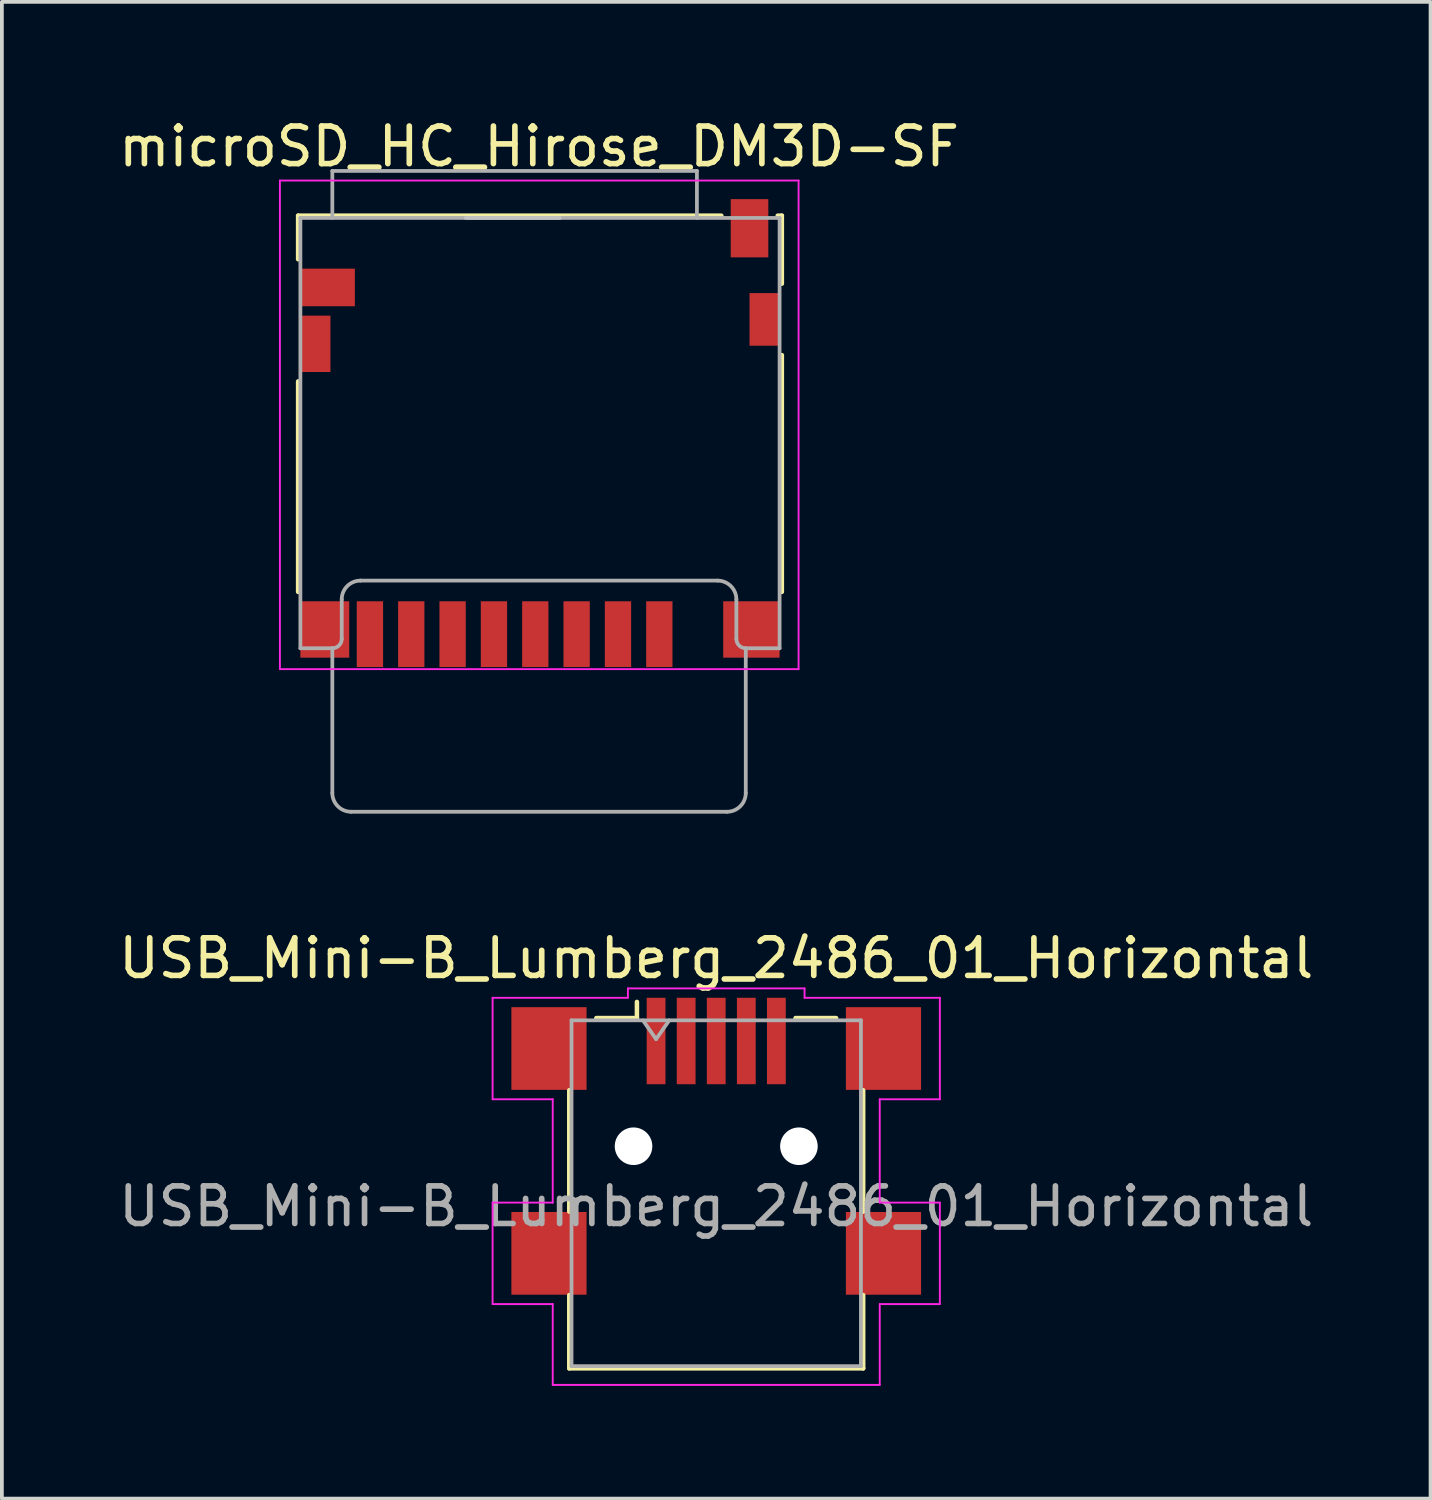
<source format=kicad_pcb>
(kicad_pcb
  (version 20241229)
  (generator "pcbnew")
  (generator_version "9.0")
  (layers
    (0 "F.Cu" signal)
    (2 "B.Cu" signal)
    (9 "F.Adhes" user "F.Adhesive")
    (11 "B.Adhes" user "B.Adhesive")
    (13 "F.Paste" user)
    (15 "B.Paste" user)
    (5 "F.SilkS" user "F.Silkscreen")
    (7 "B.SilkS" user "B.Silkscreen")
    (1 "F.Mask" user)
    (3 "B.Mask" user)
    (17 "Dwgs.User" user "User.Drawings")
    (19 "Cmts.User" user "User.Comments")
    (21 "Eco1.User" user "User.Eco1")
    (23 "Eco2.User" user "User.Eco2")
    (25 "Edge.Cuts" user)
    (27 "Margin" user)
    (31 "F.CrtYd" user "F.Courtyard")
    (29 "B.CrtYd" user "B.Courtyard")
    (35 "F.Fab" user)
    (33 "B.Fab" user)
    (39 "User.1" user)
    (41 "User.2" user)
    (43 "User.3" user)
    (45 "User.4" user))
  (footprint "microSD_HC_Hirose_DM3D-SF"
    (layer "F.Cu")
    (at 11.317 8.473)
    (property "Reference" "microSD_HC_Hirose_DM3D-SF" (at -0.025 -7.625 0) (layer "F.SilkS") (effects (font (size 1 1) (thickness 0.15))))
    (attr smd)
    (fp_line (start -6.435 -5.785) (end 4.825 -5.785) (stroke (width 0.12) (type solid)) (layer "F.SilkS"))
    (fp_line (start -6.435 -4.625) (end -6.435 -5.785) (stroke (width 0.12) (type solid)) (layer "F.SilkS"))
    (fp_line (start -6.435 -1.375) (end -6.435 4.225) (stroke (width 0.12) (type solid)) (layer "F.SilkS"))
    (fp_line (start 6.325 -5.785) (end 6.435 -5.785) (stroke (width 0.12) (type solid)) (layer "F.SilkS"))
    (fp_line (start 6.435 -5.785) (end 6.435 -3.975) (stroke (width 0.12) (type solid)) (layer "F.SilkS"))
    (fp_line (start 6.435 -2.075) (end 6.435 4.225) (stroke (width 0.12) (type solid)) (layer "F.SilkS"))
    (fp_line (start 0.525 -5.725) (end -1.975 -5.725) (stroke (width 0.1) (type solid)) (layer "Dwgs.User"))
    (fp_line (start -6.92 -6.72) (end 6.88 -6.72) (stroke (width 0.05) (type solid)) (layer "F.CrtYd"))
    (fp_line (start -6.92 6.28) (end -6.92 -6.72) (stroke (width 0.05) (type solid)) (layer "F.CrtYd"))
    (fp_line (start 6.88 -6.72) (end 6.88 6.28) (stroke (width 0.05) (type solid)) (layer "F.CrtYd"))
    (fp_line (start 6.88 6.28) (end -6.92 6.28) (stroke (width 0.05) (type solid)) (layer "F.CrtYd"))
    (fp_line (start -6.375 -5.725) (end 6.375 -5.725) (stroke (width 0.1) (type solid)) (layer "F.Fab"))
    (fp_line (start -6.375 5.725) (end -6.375 -5.725) (stroke (width 0.1) (type solid)) (layer "F.Fab"))
    (fp_line (start -6.375 5.725) (end -5.525 5.725) (stroke (width 0.1) (type solid)) (layer "F.Fab"))
    (fp_line (start -5.525 -6.975) (end 4.175 -6.975) (stroke (width 0.1) (type solid)) (layer "F.Fab"))
    (fp_line (start -5.525 -5.725) (end -5.525 -6.975) (stroke (width 0.1) (type solid)) (layer "F.Fab"))
    (fp_line (start -5.525 5.725) (end -5.525 9.575) (stroke (width 0.1) (type solid)) (layer "F.Fab"))
    (fp_line (start -5.275 5.475) (end -5.275 4.425) (stroke (width 0.1) (type solid)) (layer "F.Fab"))
    (fp_line (start -5.025 10.075) (end 4.975 10.075) (stroke (width 0.1) (type solid)) (layer "F.Fab"))
    (fp_line (start -4.775 3.925) (end 4.725 3.925) (stroke (width 0.1) (type solid)) (layer "F.Fab"))
    (fp_line (start 4.175 -5.725) (end 4.175 -6.975) (stroke (width 0.1) (type solid)) (layer "F.Fab"))
    (fp_line (start 5.225 5.475) (end 5.225 4.425) (stroke (width 0.1) (type solid)) (layer "F.Fab"))
    (fp_line (start 5.475 5.725) (end 6.375 5.725) (stroke (width 0.1) (type solid)) (layer "F.Fab"))
    (fp_line (start 5.475 9.575) (end 5.475 5.725) (stroke (width 0.1) (type solid)) (layer "F.Fab"))
    (fp_line (start 6.375 5.725) (end 6.375 -5.725) (stroke (width 0.1) (type solid)) (layer "F.Fab"))
    (fp_arc (start -5.275 4.425) (mid -5.128553 4.071447) (end -4.775 3.925) (stroke (width 0.1) (type solid)) (layer "F.Fab"))
    (fp_arc (start -5.275 5.475) (mid -5.348223 5.651777) (end -5.525 5.725) (stroke (width 0.1) (type solid)) (layer "F.Fab"))
    (fp_arc (start -5.025 10.075) (mid -5.378553 9.928553) (end -5.525 9.575) (stroke (width 0.1) (type solid)) (layer "F.Fab"))
    (fp_arc (start 4.725 3.925) (mid 5.078553 4.071447) (end 5.225 4.425) (stroke (width 0.1) (type solid)) (layer "F.Fab"))
    (fp_arc (start 5.475 5.725) (mid 5.298223 5.651777) (end 5.225 5.475) (stroke (width 0.1) (type solid)) (layer "F.Fab"))
    (fp_arc (start 5.475 9.575) (mid 5.328553 9.928553) (end 4.975 10.075) (stroke (width 0.1) (type solid)) (layer "F.Fab"))
    (pad "1" smd rect (at 3.175 5.35) (size 0.7 1.75) (layers "F.Cu" "F.Mask" "F.Paste"))
    (pad "2" smd rect (at 2.075 5.35) (size 0.7 1.75) (layers "F.Cu" "F.Mask" "F.Paste"))
    (pad "3" smd rect (at 0.975 5.35) (size 0.7 1.75) (layers "F.Cu" "F.Mask" "F.Paste"))
    (pad "4" smd rect (at -0.125 5.35) (size 0.7 1.75) (layers "F.Cu" "F.Mask" "F.Paste"))
    (pad "5" smd rect (at -1.225 5.35) (size 0.7 1.75) (layers "F.Cu" "F.Mask" "F.Paste"))
    (pad "6" smd rect (at -2.325 5.35) (size 0.7 1.75) (layers "F.Cu" "F.Mask" "F.Paste"))
    (pad "7" smd rect (at -3.425 5.35) (size 0.7 1.75) (layers "F.Cu" "F.Mask" "F.Paste"))
    (pad "8" smd rect (at -4.525 5.35) (size 0.7 1.75) (layers "F.Cu" "F.Mask" "F.Paste"))
    (pad "9" smd rect (at -5.65 -3.875) (size 1.45 1) (layers "F.Cu" "F.Mask" "F.Paste"))
    (pad "10" smd rect (at 5.575 -5.45) (size 1 1.55) (layers "F.Cu" "F.Mask" "F.Paste"))
    (pad "11" smd rect (at -5.975 -2.375) (size 0.8 1.5) (layers "F.Cu" "F.Mask" "F.Paste"))
    (pad "11" smd rect (at -5.725 5.225) (size 1.3 1.5) (layers "F.Cu" "F.Mask" "F.Paste"))
    (pad "11" smd rect (at 5.625 5.225) (size 1.5 1.5) (layers "F.Cu" "F.Mask" "F.Paste"))
    (pad "11" smd rect (at 5.975 -3.025) (size 0.8 1.4) (layers "F.Cu" "F.Mask" "F.Paste"))
    (zone (net_name "") (layer "F.Cu") (hatch edge 0.508) (connect_pads) (min_thickness 0.254) (filled_areas_thickness no) (keepout (tracks not_allowed) (vias not_allowed) (pads not_allowed) (copperpour not_allowed) (footprints not_allowed)) (placement (enabled no)) (fill) (polygon (pts (xy 11.867 4.623) (xy 9.317 4.623) (xy 9.317 2.723) (xy 11.867 2.723))))
    (zone (net_name "") (layer "F.Cu") (hatch edge 0.508) (connect_pads) (min_thickness 0.254) (filled_areas_thickness no) (keepout (tracks not_allowed) (vias not_allowed) (pads not_allowed) (copperpour not_allowed) (footprints not_allowed)) (placement (enabled no)) (fill) (polygon (pts (xy 14.917 8.973) (xy 6.367 8.973) (xy 6.367 6.923) (xy 14.917 6.923)))))
  (footprint "USB_Mini-B_Lumberg_2486_01_Horizontal"
    (layer "F.Cu")
    (at 16.006 27.447)
    (property "Reference" "USB_Mini-B_Lumberg_2486_01_Horizontal" (at 0 -5 0) (layer "F.SilkS") (effects (font (size 1 1) (thickness 0.15))))
    (attr smd)
    (fp_line (start -3.91 1.74) (end -3.91 -1.49) (stroke (width 0.12) (type solid)) (layer "F.SilkS"))
    (fp_line (start -3.91 5.91) (end -3.91 3.96) (stroke (width 0.12) (type solid)) (layer "F.SilkS"))
    (fp_line (start -3.19 -3.41) (end -2.11 -3.41) (stroke (width 0.12) (type solid)) (layer "F.SilkS"))
    (fp_line (start -2.11 -3.41) (end -2.11 -3.84) (stroke (width 0.12) (type solid)) (layer "F.SilkS"))
    (fp_line (start 2.11 -3.41) (end 3.19 -3.41) (stroke (width 0.12) (type solid)) (layer "F.SilkS"))
    (fp_line (start 3.91 1.74) (end 3.91 -1.49) (stroke (width 0.12) (type solid)) (layer "F.SilkS"))
    (fp_line (start 3.91 5.91) (end -3.91 5.91) (stroke (width 0.12) (type solid)) (layer "F.SilkS"))
    (fp_line (start 3.91 5.91) (end 3.91 3.96) (stroke (width 0.12) (type solid)) (layer "F.SilkS"))
    (fp_line (start -5.95 -3.95) (end -5.95 -1.25) (stroke (width 0.05) (type solid)) (layer "F.CrtYd"))
    (fp_line (start -5.95 -3.95) (end -2.35 -3.95) (stroke (width 0.05) (type solid)) (layer "F.CrtYd"))
    (fp_line (start -5.95 1.5) (end -5.95 4.2) (stroke (width 0.05) (type solid)) (layer "F.CrtYd"))
    (fp_line (start -4.35 -1.25) (end -5.95 -1.25) (stroke (width 0.05) (type solid)) (layer "F.CrtYd"))
    (fp_line (start -4.35 -1.25) (end -4.35 1.5) (stroke (width 0.05) (type solid)) (layer "F.CrtYd"))
    (fp_line (start -4.35 1.5) (end -5.95 1.5) (stroke (width 0.05) (type solid)) (layer "F.CrtYd"))
    (fp_line (start -4.35 4.2) (end -5.95 4.2) (stroke (width 0.05) (type solid)) (layer "F.CrtYd"))
    (fp_line (start -4.35 6.35) (end -4.35 4.2) (stroke (width 0.05) (type solid)) (layer "F.CrtYd"))
    (fp_line (start -4.35 6.35) (end 4.35 6.35) (stroke (width 0.05) (type solid)) (layer "F.CrtYd"))
    (fp_line (start -2.35 -3.95) (end -2.35 -4.2) (stroke (width 0.05) (type solid)) (layer "F.CrtYd"))
    (fp_line (start 2.35 -4.2) (end -2.35 -4.2) (stroke (width 0.05) (type solid)) (layer "F.CrtYd"))
    (fp_line (start 2.35 -3.95) (end 2.35 -4.2) (stroke (width 0.05) (type solid)) (layer "F.CrtYd"))
    (fp_line (start 4.35 -1.25) (end 4.35 1.5) (stroke (width 0.05) (type solid)) (layer "F.CrtYd"))
    (fp_line (start 4.35 -1.25) (end 5.95 -1.25) (stroke (width 0.05) (type solid)) (layer "F.CrtYd"))
    (fp_line (start 4.35 1.5) (end 5.95 1.5) (stroke (width 0.05) (type solid)) (layer "F.CrtYd"))
    (fp_line (start 4.35 4.2) (end 5.95 4.2) (stroke (width 0.05) (type solid)) (layer "F.CrtYd"))
    (fp_line (start 4.35 6.35) (end 4.35 4.2) (stroke (width 0.05) (type solid)) (layer "F.CrtYd"))
    (fp_line (start 5.95 -3.95) (end 2.35 -3.95) (stroke (width 0.05) (type solid)) (layer "F.CrtYd"))
    (fp_line (start 5.95 -3.95) (end 5.95 -1.25) (stroke (width 0.05) (type solid)) (layer "F.CrtYd"))
    (fp_line (start 5.95 1.5) (end 5.95 4.2) (stroke (width 0.05) (type solid)) (layer "F.CrtYd"))
    (fp_line (start -3.85 -3.35) (end -3.85 5.85) (stroke (width 0.1) (type solid)) (layer "F.Fab"))
    (fp_line (start -3.85 -3.35) (end 3.85 -3.35) (stroke (width 0.1) (type solid)) (layer "F.Fab"))
    (fp_line (start -3.85 5.85) (end 3.85 5.85) (stroke (width 0.1) (type solid)) (layer "F.Fab"))
    (fp_line (start -1.95 -3.35) (end -1.6 -2.85) (stroke (width 0.1) (type solid)) (layer "F.Fab"))
    (fp_line (start -1.6 -2.85) (end -1.25 -3.35) (stroke (width 0.1) (type solid)) (layer "F.Fab"))
    (fp_line (start 3.85 5.85) (end 3.85 -3.35) (stroke (width 0.1) (type solid)) (layer "F.Fab"))
    (fp_text user "${REFERENCE}" (at 0 1.6 180) (layer "F.Fab") (effects (font (size 1 1) (thickness 0.15))))
    (pad "" np_thru_hole circle (at -2.2 0) (size 1 1) (drill 1) (layers "*.Cu" "*.Mask"))
    (pad "" np_thru_hole circle (at 2.2 0) (size 1 1) (drill 1) (layers "*.Cu" "*.Mask"))
    (pad "1" smd rect (at -1.6 -2.8) (size 0.5 2.3) (layers "F.Cu" "F.Mask" "F.Paste"))
    (pad "2" smd rect (at -0.8 -2.8) (size 0.5 2.3) (layers "F.Cu" "F.Mask" "F.Paste"))
    (pad "3" smd rect (at 0 -2.8) (size 0.5 2.3) (layers "F.Cu" "F.Mask" "F.Paste"))
    (pad "4" smd rect (at 0.8 -2.8) (size 0.5 2.3) (layers "F.Cu" "F.Mask" "F.Paste"))
    (pad "5" smd rect (at 1.6 -2.8) (size 0.5 2.3) (layers "F.Cu" "F.Mask" "F.Paste"))
    (pad "6" smd rect (at -4.45 -2.6) (size 2 2.2) (layers "F.Cu" "F.Mask" "F.Paste"))
    (pad "6" smd rect (at -4.45 2.85) (size 2 2.2) (layers "F.Cu" "F.Mask" "F.Paste"))
    (pad "6" smd rect (at 4.45 -2.6) (size 2 2.2) (layers "F.Cu" "F.Mask" "F.Paste"))
    (pad "6" smd rect (at 4.45 2.85) (size 2 2.2) (layers "F.Cu" "F.Mask" "F.Paste")))
  (gr_rect
    (start -3 -3)
    (end 35.012 36.822)
    (stroke (width 0.1) (type default))
    (fill no)
    (layer "Edge.Cuts")))
</source>
